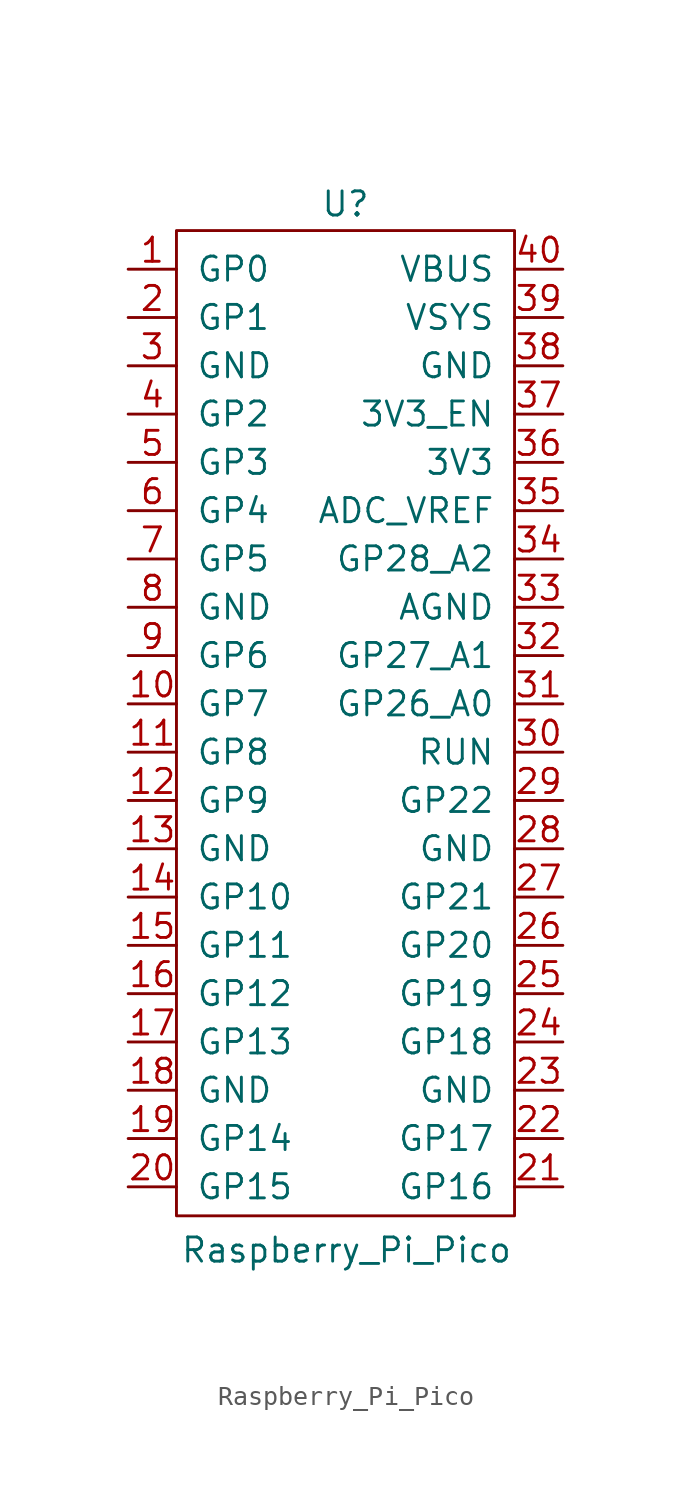
<source format=kicad_sym>
(kicad_symbol_lib
  (version 20231120)
  (generator "kicad_symbol_editor")
  (generator_version "8.0")
  (symbol "Raspberry_Pi_Pico"
    (pin_names
      (offset 1.016))
    (property "Reference" "U"
      (at 0 27.559 0)
      (effects (font (size 1.27 1.27))))
    (property "Value" "Raspberry_Pi_Pico"
      (at 0.051 -27.457 0)
      (effects (font (size 1.27 1.27))))
    (symbol "Raspberry_Pi_Pico_0_0"
      (pin bidirectional line (at -11.43 24.13 0) (length 2.54) (name "GP0" (effects (font (size 1.27 1.27)))) (number "1" (effects (font (size 1.27 1.27)))))
      (pin bidirectional line (at -11.43 1.27 0) (length 2.54) (name "GP7" (effects (font (size 1.27 1.27)))) (number "10" (effects (font (size 1.27 1.27)))))
      (pin bidirectional line (at -11.43 -1.27 0) (length 2.54) (name "GP8" (effects (font (size 1.27 1.27)))) (number "11" (effects (font (size 1.27 1.27)))))
      (pin bidirectional line (at -11.43 -3.81 0) (length 2.54) (name "GP9" (effects (font (size 1.27 1.27)))) (number "12" (effects (font (size 1.27 1.27)))))
      (pin power_in line (at -11.43 -6.35 0) (length 2.54) (name "GND" (effects (font (size 1.27 1.27)))) (number "13" (effects (font (size 1.27 1.27)))))
      (pin bidirectional line (at -11.43 -8.89 0) (length 2.54) (name "GP10" (effects (font (size 1.27 1.27)))) (number "14" (effects (font (size 1.27 1.27)))))
      (pin bidirectional line (at -11.43 -11.43 0) (length 2.54) (name "GP11" (effects (font (size 1.27 1.27)))) (number "15" (effects (font (size 1.27 1.27)))))
      (pin bidirectional line (at -11.43 -13.97 0) (length 2.54) (name "GP12" (effects (font (size 1.27 1.27)))) (number "16" (effects (font (size 1.27 1.27)))))
      (pin bidirectional line (at -11.43 -16.51 0) (length 2.54) (name "GP13" (effects (font (size 1.27 1.27)))) (number "17" (effects (font (size 1.27 1.27)))))
      (pin power_in line (at -11.43 -19.05 0) (length 2.54) (name "GND" (effects (font (size 1.27 1.27)))) (number "18" (effects (font (size 1.27 1.27)))))
      (pin bidirectional line (at -11.43 -21.59 0) (length 2.54) (name "GP14" (effects (font (size 1.27 1.27)))) (number "19" (effects (font (size 1.27 1.27)))))
      (pin bidirectional line (at -11.43 21.59 0) (length 2.54) (name "GP1" (effects (font (size 1.27 1.27)))) (number "2" (effects (font (size 1.27 1.27)))))
      (pin bidirectional line (at -11.43 -24.13 0) (length 2.54) (name "GP15" (effects (font (size 1.27 1.27)))) (number "20" (effects (font (size 1.27 1.27)))))
      (pin bidirectional line (at 11.43 -24.13 180) (length 2.54) (name "GP16" (effects (font (size 1.27 1.27)))) (number "21" (effects (font (size 1.27 1.27)))))
      (pin bidirectional line (at 11.43 -21.59 180) (length 2.54) (name "GP17" (effects (font (size 1.27 1.27)))) (number "22" (effects (font (size 1.27 1.27)))))
      (pin power_in line (at 11.43 -19.05 180) (length 2.54) (name "GND" (effects (font (size 1.27 1.27)))) (number "23" (effects (font (size 1.27 1.27)))))
      (pin bidirectional line (at 11.43 -16.51 180) (length 2.54) (name "GP18" (effects (font (size 1.27 1.27)))) (number "24" (effects (font (size 1.27 1.27)))))
      (pin bidirectional line (at 11.43 -13.97 180) (length 2.54) (name "GP19" (effects (font (size 1.27 1.27)))) (number "25" (effects (font (size 1.27 1.27)))))
      (pin bidirectional line (at 11.43 -11.43 180) (length 2.54) (name "GP20" (effects (font (size 1.27 1.27)))) (number "26" (effects (font (size 1.27 1.27)))))
      (pin bidirectional line (at 11.43 -8.89 180) (length 2.54) (name "GP21" (effects (font (size 1.27 1.27)))) (number "27" (effects (font (size 1.27 1.27)))))
      (pin power_in line (at 11.43 -6.35 180) (length 2.54) (name "GND" (effects (font (size 1.27 1.27)))) (number "28" (effects (font (size 1.27 1.27)))))
      (pin bidirectional line (at 11.43 -3.81 180) (length 2.54) (name "GP22" (effects (font (size 1.27 1.27)))) (number "29" (effects (font (size 1.27 1.27)))))
      (pin power_in line (at -11.43 19.05 0) (length 2.54) (name "GND" (effects (font (size 1.27 1.27)))) (number "3" (effects (font (size 1.27 1.27)))))
      (pin input line (at 11.43 -1.27 180) (length 2.54) (name "RUN" (effects (font (size 1.27 1.27)))) (number "30" (effects (font (size 1.27 1.27)))))
      (pin bidirectional line (at 11.43 1.27 180) (length 2.54) (name "GP26_A0" (effects (font (size 1.27 1.27)))) (number "31" (effects (font (size 1.27 1.27)))))
      (pin bidirectional line (at 11.43 3.81 180) (length 2.54) (name "GP27_A1" (effects (font (size 1.27 1.27)))) (number "32" (effects (font (size 1.27 1.27)))))
      (pin power_in line (at 11.43 6.35 180) (length 2.54) (name "AGND" (effects (font (size 1.27 1.27)))) (number "33" (effects (font (size 1.27 1.27)))))
      (pin bidirectional line (at 11.43 8.89 180) (length 2.54) (name "GP28_A2" (effects (font (size 1.27 1.27)))) (number "34" (effects (font (size 1.27 1.27)))))
      (pin power_in line (at 11.43 11.43 180) (length 2.54) (name "ADC_VREF" (effects (font (size 1.27 1.27)))) (number "35" (effects (font (size 1.27 1.27)))))
      (pin power_out line (at 11.43 13.97 180) (length 2.54) (name "3V3" (effects (font (size 1.27 1.27)))) (number "36" (effects (font (size 1.27 1.27)))))
      (pin input line (at 11.43 16.51 180) (length 2.54) (name "3V3_EN" (effects (font (size 1.27 1.27)))) (number "37" (effects (font (size 1.27 1.27)))))
      (pin power_in line (at 11.43 19.05 180) (length 2.54) (name "GND" (effects (font (size 1.27 1.27)))) (number "38" (effects (font (size 1.27 1.27)))))
      (pin power_in line (at 11.43 21.59 180) (length 2.54) (name "VSYS" (effects (font (size 1.27 1.27)))) (number "39" (effects (font (size 1.27 1.27)))))
      (pin bidirectional line (at -11.43 16.51 0) (length 2.54) (name "GP2" (effects (font (size 1.27 1.27)))) (number "4" (effects (font (size 1.27 1.27)))))
      (pin power_in line (at 11.43 24.13 180) (length 2.54) (name "VBUS" (effects (font (size 1.27 1.27)))) (number "40" (effects (font (size 1.27 1.27)))))
      (pin bidirectional line (at -11.43 13.97 0) (length 2.54) (name "GP3" (effects (font (size 1.27 1.27)))) (number "5" (effects (font (size 1.27 1.27)))))
      (pin bidirectional line (at -11.43 11.43 0) (length 2.54) (name "GP4" (effects (font (size 1.27 1.27)))) (number "6" (effects (font (size 1.27 1.27)))))
      (pin bidirectional line (at -11.43 8.89 0) (length 2.54) (name "GP5" (effects (font (size 1.27 1.27)))) (number "7" (effects (font (size 1.27 1.27)))))
      (pin power_in line (at -11.43 6.35 0) (length 2.54) (name "GND" (effects (font (size 1.27 1.27)))) (number "8" (effects (font (size 1.27 1.27)))))
      (pin bidirectional line (at -11.43 3.81 0) (length 2.54) (name "GP6" (effects (font (size 1.27 1.27)))) (number "9" (effects (font (size 1.27 1.27))))))
    (symbol "Raspberry_Pi_Pico_0_1"
      (rectangle (start -8.89 26.162) (end 8.89 -25.654) (stroke (width 0) (type solid)) (fill (type none))))))
</source>
